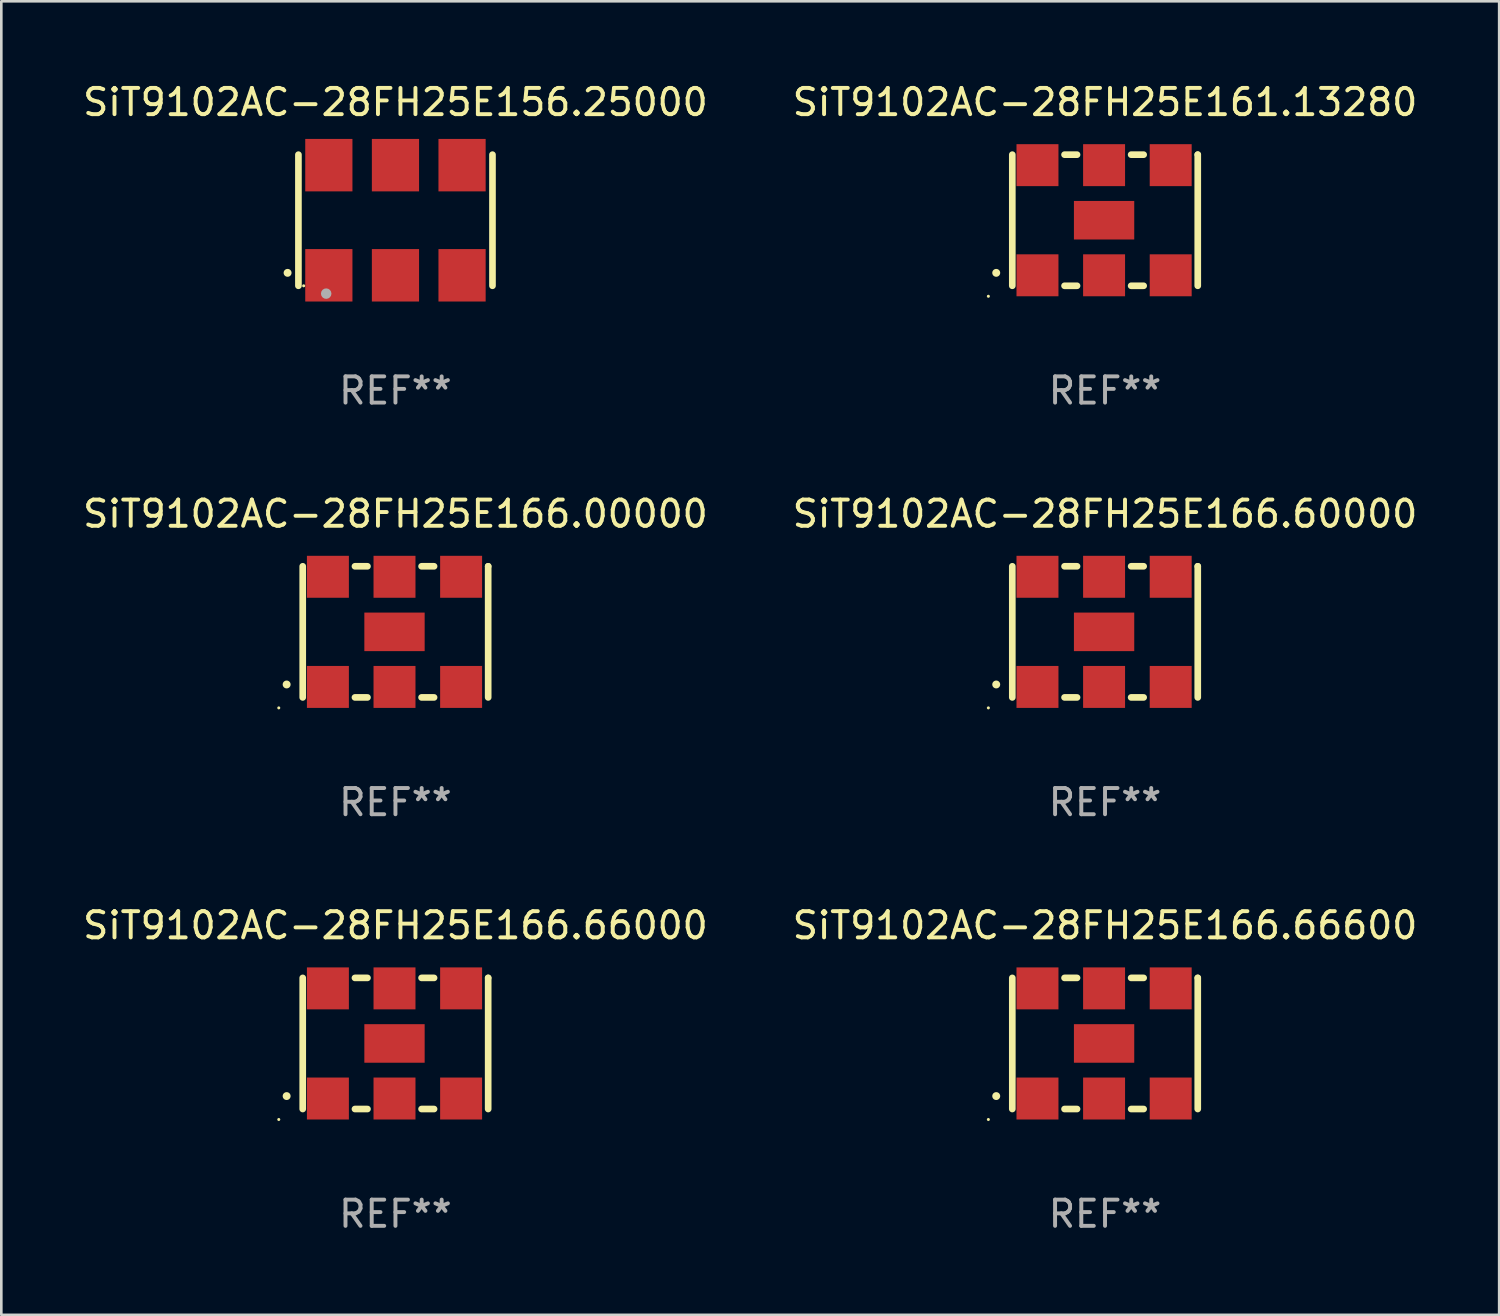
<source format=kicad_pcb>
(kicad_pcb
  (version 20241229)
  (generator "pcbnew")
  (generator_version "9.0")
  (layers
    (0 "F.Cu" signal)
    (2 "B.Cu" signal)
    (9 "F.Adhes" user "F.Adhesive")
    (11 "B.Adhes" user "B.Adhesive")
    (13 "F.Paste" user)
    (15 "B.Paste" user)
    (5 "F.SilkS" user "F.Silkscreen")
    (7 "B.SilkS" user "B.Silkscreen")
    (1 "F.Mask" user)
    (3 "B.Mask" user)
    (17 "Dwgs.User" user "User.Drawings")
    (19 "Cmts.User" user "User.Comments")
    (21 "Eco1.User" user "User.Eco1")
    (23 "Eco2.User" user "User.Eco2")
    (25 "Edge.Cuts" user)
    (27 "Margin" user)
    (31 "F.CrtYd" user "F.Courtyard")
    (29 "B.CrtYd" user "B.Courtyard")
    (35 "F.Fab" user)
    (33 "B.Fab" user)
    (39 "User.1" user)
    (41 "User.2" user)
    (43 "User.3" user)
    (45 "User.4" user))
  (footprint "SiT9102AC-28FH25E166.66000"
    (layer "F.Cu")
    (at 12.03 36.741)
    (property "Reference" "SiT9102AC-28FH25E166.66000" (at 0 -4.5 0) (layer "F.SilkS") (effects (font (size 1 1) (thickness 0.15))))
    (attr through_hole)
    (fp_line (start -3.536 -2.5) (end -3.536 2.5) (stroke (width 0.254) (type solid)) (layer "F.SilkS"))
    (fp_line (start -1.544 2.5) (end -1.067 2.5) (stroke (width 0.254) (type solid)) (layer "F.SilkS"))
    (fp_line (start -1.067 -2.5) (end -1.544 -2.5) (stroke (width 0.254) (type solid)) (layer "F.SilkS"))
    (fp_line (start 0.996 2.5) (end 1.473 2.5) (stroke (width 0.254) (type solid)) (layer "F.SilkS"))
    (fp_line (start 1.473 -2.5) (end 0.996 -2.5) (stroke (width 0.254) (type solid)) (layer "F.SilkS"))
    (fp_line (start 3.536 -2.5) (end 3.536 -2.5) (stroke (width 0.254) (type solid)) (layer "F.SilkS"))
    (fp_line (start 3.536 2.5) (end 3.536 -2.5) (stroke (width 0.254) (type solid)) (layer "F.SilkS"))
    (fp_arc (start -4.150432 2.006604) (mid -4.149162 2.006599) (end -4.147892 2.006604) (stroke (width 0.3) (type solid)) (layer "F.SilkS"))
    (fp_circle (center -4.449 2.9) (end -4.419 2.9) (stroke (width 0.06) (type solid)) (fill no) (layer "F.SilkS"))
    (fp_text user "REF**" (at 0 6.5 0) (layer "F.Fab") (effects (font (size 1 1) (thickness 0.15))))
    (pad "1" smd rect (at -2.576 2.1) (size 1.6 1.6) (layers "F.Cu" "F.Mask" "F.Paste"))
    (pad "2" smd rect (at -0.036 2.1) (size 1.6 1.6) (layers "F.Cu" "F.Mask" "F.Paste"))
    (pad "3" smd rect (at 2.504 2.1) (size 1.6 1.6) (layers "F.Cu" "F.Mask" "F.Paste"))
    (pad "4" smd rect (at 2.504 -2.1) (size 1.6 1.6) (layers "F.Cu" "F.Mask" "F.Paste"))
    (pad "5" smd rect (at -0.036 -2.1) (size 1.6 1.6) (layers "F.Cu" "F.Mask" "F.Paste"))
    (pad "6" smd rect (at -2.576 -2.1) (size 1.6 1.6) (layers "F.Cu" "F.Mask" "F.Paste"))
    (pad "7" smd rect (at -0.036 0) (size 2.3 1.47) (layers "F.Cu" "F.Mask" "F.Paste")))
  (footprint "SiT9102AC-28FH25E166.66600"
    (layer "F.Cu")
    (at 39.089 36.741)
    (property "Reference" "SiT9102AC-28FH25E166.66600" (at 0 -4.5 0) (layer "F.SilkS") (effects (font (size 1 1) (thickness 0.15))))
    (attr through_hole)
    (fp_line (start -3.536 -2.5) (end -3.536 2.5) (stroke (width 0.254) (type solid)) (layer "F.SilkS"))
    (fp_line (start -1.544 2.5) (end -1.067 2.5) (stroke (width 0.254) (type solid)) (layer "F.SilkS"))
    (fp_line (start -1.067 -2.5) (end -1.544 -2.5) (stroke (width 0.254) (type solid)) (layer "F.SilkS"))
    (fp_line (start 0.996 2.5) (end 1.473 2.5) (stroke (width 0.254) (type solid)) (layer "F.SilkS"))
    (fp_line (start 1.473 -2.5) (end 0.996 -2.5) (stroke (width 0.254) (type solid)) (layer "F.SilkS"))
    (fp_line (start 3.536 -2.5) (end 3.536 -2.5) (stroke (width 0.254) (type solid)) (layer "F.SilkS"))
    (fp_line (start 3.536 2.5) (end 3.536 -2.5) (stroke (width 0.254) (type solid)) (layer "F.SilkS"))
    (fp_arc (start -4.150432 2.006604) (mid -4.149162 2.006599) (end -4.147892 2.006604) (stroke (width 0.3) (type solid)) (layer "F.SilkS"))
    (fp_circle (center -4.449 2.9) (end -4.419 2.9) (stroke (width 0.06) (type solid)) (fill no) (layer "F.SilkS"))
    (fp_text user "REF**" (at 0 6.5 0) (layer "F.Fab") (effects (font (size 1 1) (thickness 0.15))))
    (pad "1" smd rect (at -2.576 2.1) (size 1.6 1.6) (layers "F.Cu" "F.Mask" "F.Paste"))
    (pad "2" smd rect (at -0.036 2.1) (size 1.6 1.6) (layers "F.Cu" "F.Mask" "F.Paste"))
    (pad "3" smd rect (at 2.504 2.1) (size 1.6 1.6) (layers "F.Cu" "F.Mask" "F.Paste"))
    (pad "4" smd rect (at 2.504 -2.1) (size 1.6 1.6) (layers "F.Cu" "F.Mask" "F.Paste"))
    (pad "5" smd rect (at -0.036 -2.1) (size 1.6 1.6) (layers "F.Cu" "F.Mask" "F.Paste"))
    (pad "6" smd rect (at -2.576 -2.1) (size 1.6 1.6) (layers "F.Cu" "F.Mask" "F.Paste"))
    (pad "7" smd rect (at -0.036 0) (size 2.3 1.47) (layers "F.Cu" "F.Mask" "F.Paste")))
  (footprint "SiT9102AC-28FH25E156.25000"
    (layer "F.Cu")
    (at 12.03 5.348)
    (property "Reference" "SiT9102AC-28FH25E156.25000" (at 0 -4.5 0) (layer "F.SilkS") (effects (font (size 1 1) (thickness 0.15))))
    (attr through_hole)
    (fp_line (start -3.7 -2.5) (end -3.7 2.5) (stroke (width 0.254) (type solid)) (layer "F.SilkS"))
    (fp_line (start 3.7 -2.5) (end 3.7 2.5) (stroke (width 0.254) (type solid)) (layer "F.SilkS"))
    (fp_arc (start -4.114415 2.006604) (mid -4.113145 2.006599) (end -4.111875 2.006604) (stroke (width 0.3) (type solid)) (layer "F.SilkS"))
    (fp_circle (center -3.5 2.501) (end -3.47 2.501) (stroke (width 0.06) (type solid)) (fill no) (layer "F.SilkS"))
    (fp_circle (center -2.641 2.799) (end -2.541 2.799) (stroke (width 0.2) (type solid)) (fill no) (layer "F.Fab"))
    (fp_text user "REF**" (at 0 6.5 0) (layer "F.Fab") (effects (font (size 1 1) (thickness 0.15))))
    (pad "1" smd rect (at -2.54 2.1) (size 1.8 2) (layers "F.Cu" "F.Mask" "F.Paste"))
    (pad "2" smd rect (at 0.000394 2.1) (size 1.8 2) (layers "F.Cu" "F.Mask" "F.Paste"))
    (pad "3" smd rect (at 2.54 2.1) (size 1.8 2) (layers "F.Cu" "F.Mask" "F.Paste"))
    (pad "4" smd rect (at 2.54 -2.1) (size 1.8 2) (layers "F.Cu" "F.Mask" "F.Paste"))
    (pad "5" smd rect (at 0.000394 -2.1) (size 1.8 2) (layers "F.Cu" "F.Mask" "F.Paste"))
    (pad "6" smd rect (at -2.54 -2.1) (size 1.8 2) (layers "F.Cu" "F.Mask" "F.Paste")))
  (footprint "SiT9102AC-28FH25E166.60000"
    (layer "F.Cu")
    (at 39.089 21.045)
    (property "Reference" "SiT9102AC-28FH25E166.60000" (at 0 -4.5 0) (layer "F.SilkS") (effects (font (size 1 1) (thickness 0.15))))
    (attr through_hole)
    (fp_line (start -3.536 -2.5) (end -3.536 2.5) (stroke (width 0.254) (type solid)) (layer "F.SilkS"))
    (fp_line (start -1.544 2.5) (end -1.067 2.5) (stroke (width 0.254) (type solid)) (layer "F.SilkS"))
    (fp_line (start -1.067 -2.5) (end -1.544 -2.5) (stroke (width 0.254) (type solid)) (layer "F.SilkS"))
    (fp_line (start 0.996 2.5) (end 1.473 2.5) (stroke (width 0.254) (type solid)) (layer "F.SilkS"))
    (fp_line (start 1.473 -2.5) (end 0.996 -2.5) (stroke (width 0.254) (type solid)) (layer "F.SilkS"))
    (fp_line (start 3.536 -2.5) (end 3.536 -2.5) (stroke (width 0.254) (type solid)) (layer "F.SilkS"))
    (fp_line (start 3.536 2.5) (end 3.536 -2.5) (stroke (width 0.254) (type solid)) (layer "F.SilkS"))
    (fp_arc (start -4.150432 2.006604) (mid -4.149162 2.006599) (end -4.147892 2.006604) (stroke (width 0.3) (type solid)) (layer "F.SilkS"))
    (fp_circle (center -4.449 2.9) (end -4.419 2.9) (stroke (width 0.06) (type solid)) (fill no) (layer "F.SilkS"))
    (fp_text user "REF**" (at 0 6.5 0) (layer "F.Fab") (effects (font (size 1 1) (thickness 0.15))))
    (pad "1" smd rect (at -2.576 2.1) (size 1.6 1.6) (layers "F.Cu" "F.Mask" "F.Paste"))
    (pad "2" smd rect (at -0.036 2.1) (size 1.6 1.6) (layers "F.Cu" "F.Mask" "F.Paste"))
    (pad "3" smd rect (at 2.504 2.1) (size 1.6 1.6) (layers "F.Cu" "F.Mask" "F.Paste"))
    (pad "4" smd rect (at 2.504 -2.1) (size 1.6 1.6) (layers "F.Cu" "F.Mask" "F.Paste"))
    (pad "5" smd rect (at -0.036 -2.1) (size 1.6 1.6) (layers "F.Cu" "F.Mask" "F.Paste"))
    (pad "6" smd rect (at -2.576 -2.1) (size 1.6 1.6) (layers "F.Cu" "F.Mask" "F.Paste"))
    (pad "7" smd rect (at -0.036 0) (size 2.3 1.47) (layers "F.Cu" "F.Mask" "F.Paste")))
  (footprint "SiT9102AC-28FH25E166.00000"
    (layer "F.Cu")
    (at 12.03 21.045)
    (property "Reference" "SiT9102AC-28FH25E166.00000" (at 0 -4.5 0) (layer "F.SilkS") (effects (font (size 1 1) (thickness 0.15))))
    (attr through_hole)
    (fp_line (start -3.536 -2.5) (end -3.536 2.5) (stroke (width 0.254) (type solid)) (layer "F.SilkS"))
    (fp_line (start -1.544 2.5) (end -1.067 2.5) (stroke (width 0.254) (type solid)) (layer "F.SilkS"))
    (fp_line (start -1.067 -2.5) (end -1.544 -2.5) (stroke (width 0.254) (type solid)) (layer "F.SilkS"))
    (fp_line (start 0.996 2.5) (end 1.473 2.5) (stroke (width 0.254) (type solid)) (layer "F.SilkS"))
    (fp_line (start 1.473 -2.5) (end 0.996 -2.5) (stroke (width 0.254) (type solid)) (layer "F.SilkS"))
    (fp_line (start 3.536 -2.5) (end 3.536 -2.5) (stroke (width 0.254) (type solid)) (layer "F.SilkS"))
    (fp_line (start 3.536 2.5) (end 3.536 -2.5) (stroke (width 0.254) (type solid)) (layer "F.SilkS"))
    (fp_arc (start -4.150432 2.006604) (mid -4.149162 2.006599) (end -4.147892 2.006604) (stroke (width 0.3) (type solid)) (layer "F.SilkS"))
    (fp_circle (center -4.449 2.9) (end -4.419 2.9) (stroke (width 0.06) (type solid)) (fill no) (layer "F.SilkS"))
    (fp_text user "REF**" (at 0 6.5 0) (layer "F.Fab") (effects (font (size 1 1) (thickness 0.15))))
    (pad "1" smd rect (at -2.576 2.1) (size 1.6 1.6) (layers "F.Cu" "F.Mask" "F.Paste"))
    (pad "2" smd rect (at -0.036 2.1) (size 1.6 1.6) (layers "F.Cu" "F.Mask" "F.Paste"))
    (pad "3" smd rect (at 2.504 2.1) (size 1.6 1.6) (layers "F.Cu" "F.Mask" "F.Paste"))
    (pad "4" smd rect (at 2.504 -2.1) (size 1.6 1.6) (layers "F.Cu" "F.Mask" "F.Paste"))
    (pad "5" smd rect (at -0.036 -2.1) (size 1.6 1.6) (layers "F.Cu" "F.Mask" "F.Paste"))
    (pad "6" smd rect (at -2.576 -2.1) (size 1.6 1.6) (layers "F.Cu" "F.Mask" "F.Paste"))
    (pad "7" smd rect (at -0.036 0) (size 2.3 1.47) (layers "F.Cu" "F.Mask" "F.Paste")))
  (footprint "SiT9102AC-28FH25E161.13280"
    (layer "F.Cu")
    (at 39.089 5.348)
    (property "Reference" "SiT9102AC-28FH25E161.13280" (at 0 -4.5 0) (layer "F.SilkS") (effects (font (size 1 1) (thickness 0.15))))
    (attr through_hole)
    (fp_line (start -3.536 -2.5) (end -3.536 2.5) (stroke (width 0.254) (type solid)) (layer "F.SilkS"))
    (fp_line (start -1.544 2.5) (end -1.067 2.5) (stroke (width 0.254) (type solid)) (layer "F.SilkS"))
    (fp_line (start -1.067 -2.5) (end -1.544 -2.5) (stroke (width 0.254) (type solid)) (layer "F.SilkS"))
    (fp_line (start 0.996 2.5) (end 1.473 2.5) (stroke (width 0.254) (type solid)) (layer "F.SilkS"))
    (fp_line (start 1.473 -2.5) (end 0.996 -2.5) (stroke (width 0.254) (type solid)) (layer "F.SilkS"))
    (fp_line (start 3.536 -2.5) (end 3.536 -2.5) (stroke (width 0.254) (type solid)) (layer "F.SilkS"))
    (fp_line (start 3.536 2.5) (end 3.536 -2.5) (stroke (width 0.254) (type solid)) (layer "F.SilkS"))
    (fp_arc (start -4.150432 2.006604) (mid -4.149162 2.006599) (end -4.147892 2.006604) (stroke (width 0.3) (type solid)) (layer "F.SilkS"))
    (fp_circle (center -4.449 2.9) (end -4.419 2.9) (stroke (width 0.06) (type solid)) (fill no) (layer "F.SilkS"))
    (fp_text user "REF**" (at 0 6.5 0) (layer "F.Fab") (effects (font (size 1 1) (thickness 0.15))))
    (pad "1" smd rect (at -2.576 2.1) (size 1.6 1.6) (layers "F.Cu" "F.Mask" "F.Paste"))
    (pad "2" smd rect (at -0.036 2.1) (size 1.6 1.6) (layers "F.Cu" "F.Mask" "F.Paste"))
    (pad "3" smd rect (at 2.504 2.1) (size 1.6 1.6) (layers "F.Cu" "F.Mask" "F.Paste"))
    (pad "4" smd rect (at 2.504 -2.1) (size 1.6 1.6) (layers "F.Cu" "F.Mask" "F.Paste"))
    (pad "5" smd rect (at -0.036 -2.1) (size 1.6 1.6) (layers "F.Cu" "F.Mask" "F.Paste"))
    (pad "6" smd rect (at -2.576 -2.1) (size 1.6 1.6) (layers "F.Cu" "F.Mask" "F.Paste"))
    (pad "7" smd rect (at -0.036 0) (size 2.3 1.47) (layers "F.Cu" "F.Mask" "F.Paste")))
  (gr_rect
    (start -3 -3)
    (end 54.119 47.09)
    (stroke (width 0.1) (type default))
    (fill no)
    (layer "Edge.Cuts")))
</source>
